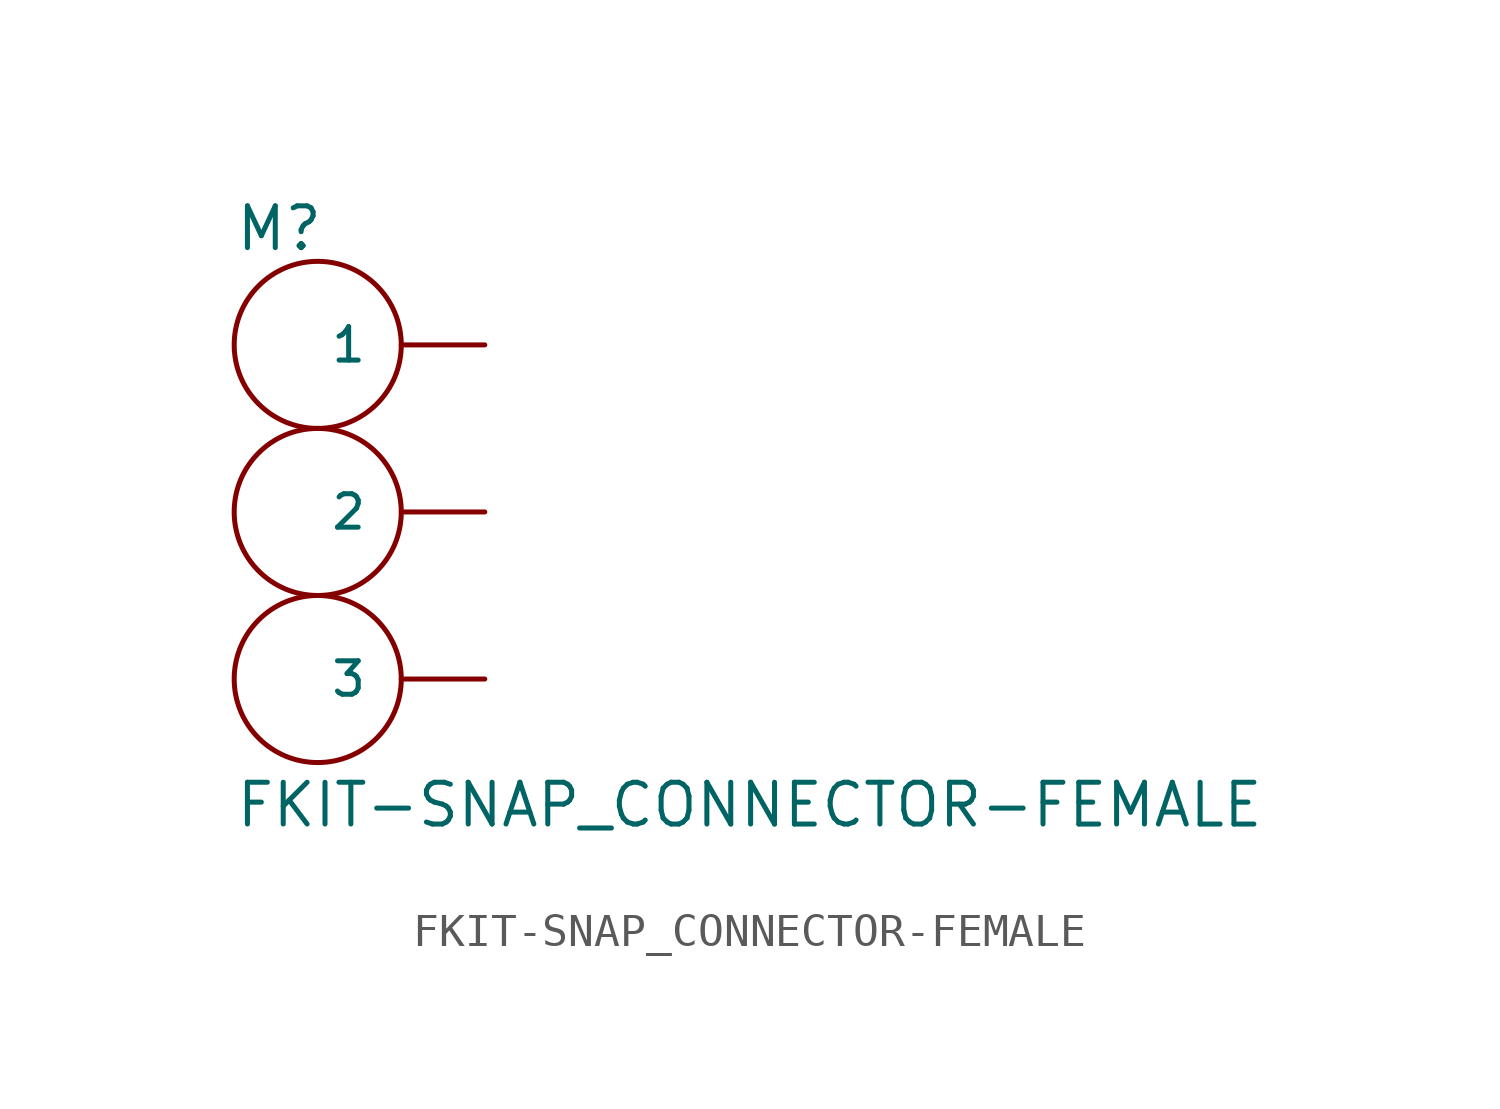
<source format=kicad_sym>
(kicad_symbol_lib
  (version 20211014)
  (generator kicad_symbol_editor)
  (symbol "FKIT-SNAP_CONNECTOR-FEMALE"
    (pin_numbers hide)
    (pin_names
      (offset 1.016))
    (property "Reference" "M"
      (at -2.54 7.874 0)
      (effects (font (size 1.27 1.27)) (justify left bottom)))
    (property "Value" "FKIT-SNAP_CONNECTOR-FEMALE"
      (at -2.54 -9.652 0)
      (effects (font (size 1.27 1.27)) (justify left bottom)))
    (property "ki_locked" ""
      (at 0 0 0)
      (effects (font (size 1.27 1.27))))
    (symbol "FKIT-SNAP_CONNECTOR-FEMALE_1_1"
      (circle (center 0 -5.08) (radius 2.54) (stroke (width 0) (type default) (color 0 0 0 0)) (fill (type none)))
      (circle (center 0 0) (radius 2.54) (stroke (width 0) (type default) (color 0 0 0 0)) (fill (type none)))
      (circle (center 0 5.08) (radius 2.54) (stroke (width 0) (type default) (color 0 0 0 0)) (fill (type none)))
      (pin bidirectional line (at 5.08 5.08 180) (length 2.54) (name "1" (effects (font (size 1.016 1.016)))) (number "1" (effects (font (size 1.016 1.016)))))
      (pin bidirectional line (at 5.08 0 180) (length 2.54) (name "2" (effects (font (size 1.016 1.016)))) (number "2" (effects (font (size 1.016 1.016)))))
      (pin bidirectional line (at 5.08 -5.08 180) (length 2.54) (name "3" (effects (font (size 1.016 1.016)))) (number "3" (effects (font (size 1.016 1.016))))))))
</source>
